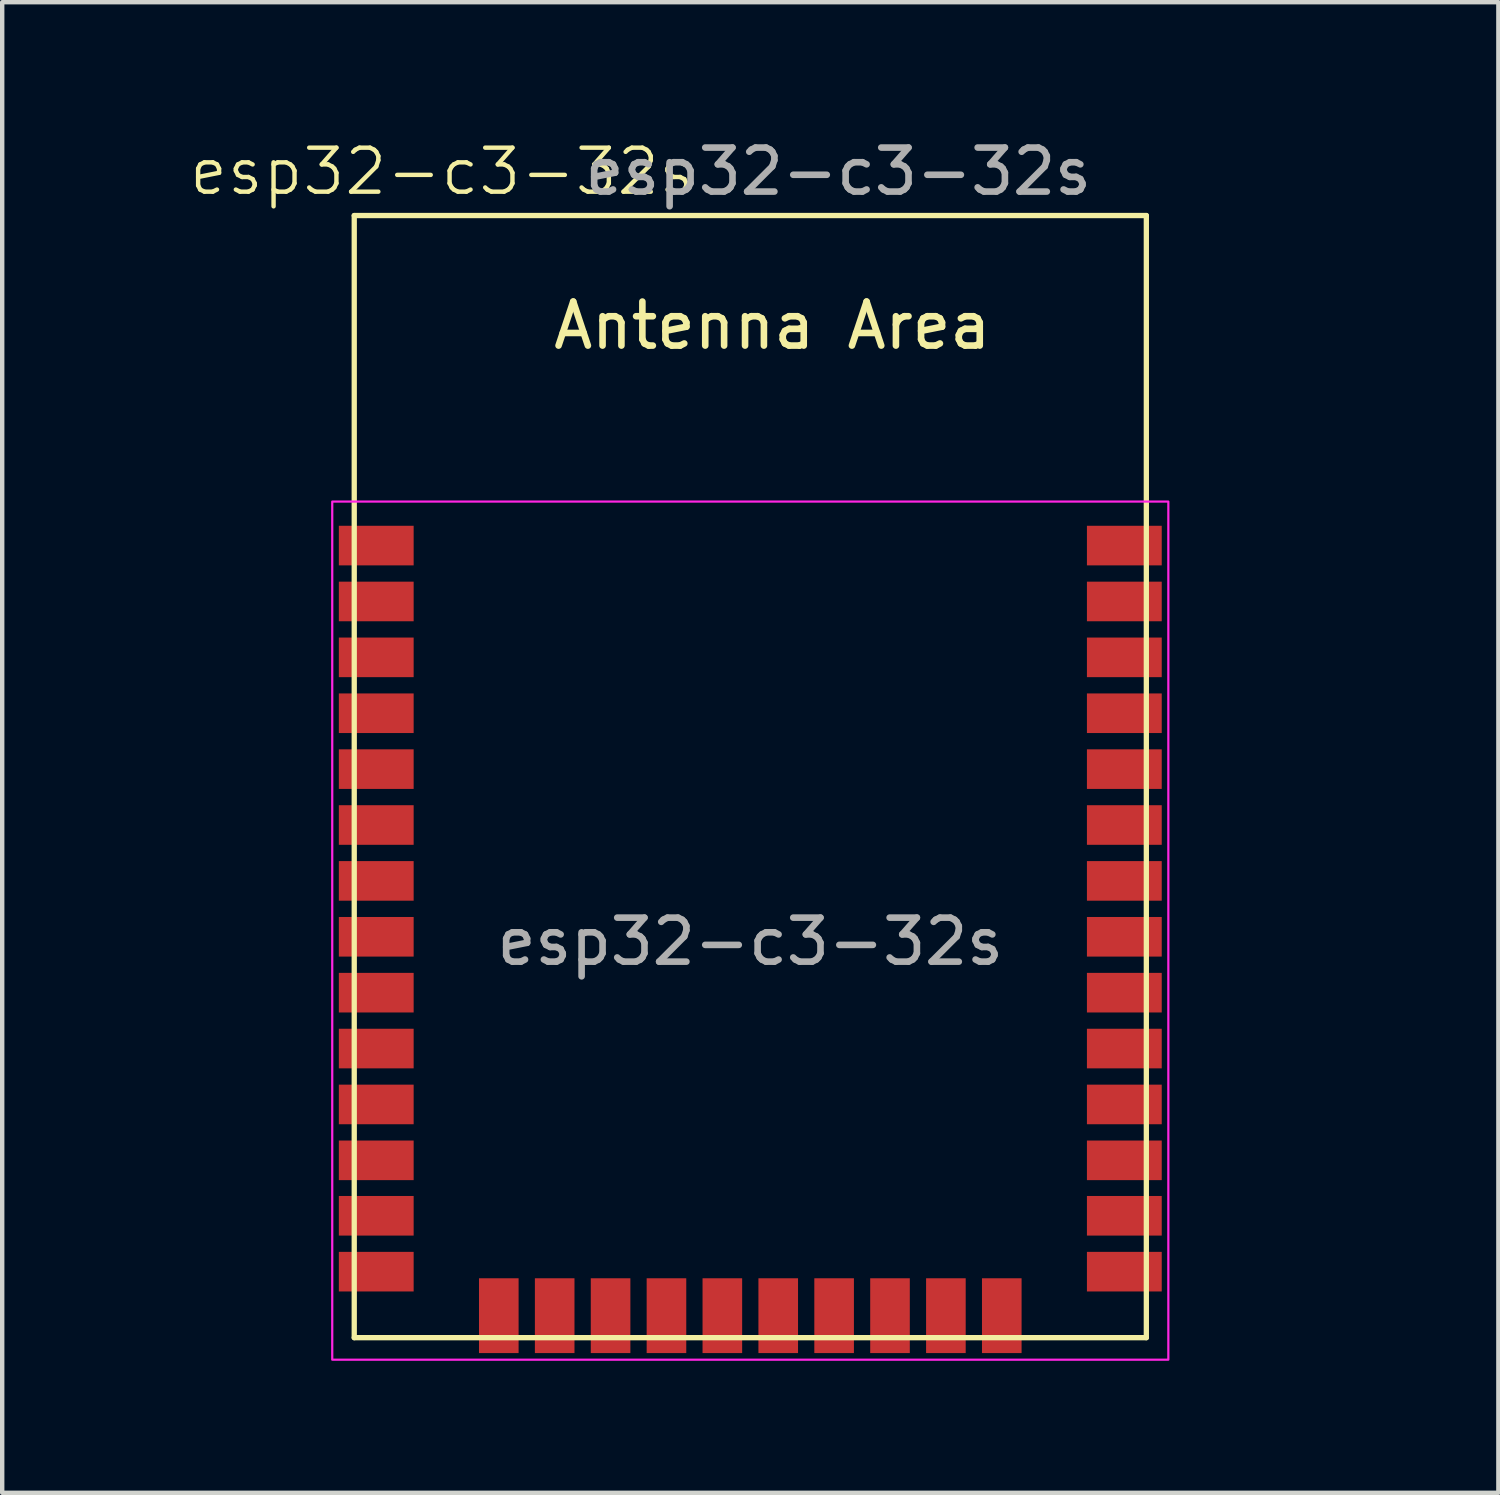
<source format=kicad_pcb>
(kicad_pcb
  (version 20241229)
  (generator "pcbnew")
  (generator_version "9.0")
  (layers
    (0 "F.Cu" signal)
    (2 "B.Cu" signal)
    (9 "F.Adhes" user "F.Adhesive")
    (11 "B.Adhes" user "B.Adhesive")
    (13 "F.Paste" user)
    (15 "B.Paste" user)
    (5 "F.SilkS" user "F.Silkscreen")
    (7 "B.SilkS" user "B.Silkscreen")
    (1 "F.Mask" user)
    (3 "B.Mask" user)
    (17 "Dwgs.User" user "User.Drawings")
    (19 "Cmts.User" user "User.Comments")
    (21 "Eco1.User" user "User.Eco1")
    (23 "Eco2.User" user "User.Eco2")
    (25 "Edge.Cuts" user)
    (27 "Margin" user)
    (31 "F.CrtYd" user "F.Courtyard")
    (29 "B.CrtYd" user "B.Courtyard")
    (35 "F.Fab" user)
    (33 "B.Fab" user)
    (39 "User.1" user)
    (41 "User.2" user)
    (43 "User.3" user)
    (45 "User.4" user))
  (footprint "esp32-c3-32s"
    (layer "F.Cu")
    (at 5 1.848)
    (property "Reference" "esp32-c3-32s" (at 2 -1 0) (unlocked yes) (layer "F.SilkS") (effects (font (size 1 1) (thickness 0.1))))
    (fp_line (start 0 0) (end 0 25.5) (stroke (width 0.12) (type solid)) (layer "F.SilkS"))
    (fp_line (start 18 0) (end 0 0) (stroke (width 0.12) (type solid)) (layer "F.SilkS"))
    (fp_line (start 18 0) (end 18 25.5) (stroke (width 0.12) (type solid)) (layer "F.SilkS"))
    (fp_line (start 18 25.5) (end 0 25.5) (stroke (width 0.12) (type solid)) (layer "F.SilkS"))
    (fp_poly (pts (xy 18.5 26) (xy -0.5 26) (xy -0.5 6.5) (xy 18.5 6.5)) (stroke (width 0.05) (type solid)) (fill no) (layer "F.CrtYd"))
    (fp_text user "Antenna Area" (at 9.5 2.5 0) (layer "F.SilkS") (effects (font (size 1 1) (thickness 0.15))))
    (fp_text user "${REFERENCE}" (at 11 -1 0) (unlocked yes) (layer "F.Fab") (effects (font (size 1 1) (thickness 0.15))))
    (fp_text user "${REFERENCE}" (at 9 16.5 0) (layer "F.Fab") (effects (font (size 1 1) (thickness 0.15))))
    (pad "1" smd rect (at 0.5 7.5) (size 1.7 0.9) (layers "F.Cu" "F.Mask" "F.Paste"))
    (pad "2" smd rect (at 0.5 8.77) (size 1.7 0.9) (layers "F.Cu" "F.Mask" "F.Paste"))
    (pad "3" smd rect (at 0.5 10.04) (size 1.7 0.9) (layers "F.Cu" "F.Mask" "F.Paste"))
    (pad "4" smd rect (at 0.5 11.31) (size 1.7 0.9) (layers "F.Cu" "F.Mask" "F.Paste"))
    (pad "5" smd rect (at 0.5 12.58) (size 1.7 0.9) (layers "F.Cu" "F.Mask" "F.Paste"))
    (pad "6" smd rect (at 0.5 13.85) (size 1.7 0.9) (layers "F.Cu" "F.Mask" "F.Paste"))
    (pad "7" smd rect (at 0.5 15.12) (size 1.7 0.9) (layers "F.Cu" "F.Mask" "F.Paste"))
    (pad "8" smd rect (at 0.5 16.39) (size 1.7 0.9) (layers "F.Cu" "F.Mask" "F.Paste"))
    (pad "9" smd rect (at 0.5 17.66) (size 1.7 0.9) (layers "F.Cu" "F.Mask" "F.Paste"))
    (pad "10" smd rect (at 0.5 18.93) (size 1.7 0.9) (layers "F.Cu" "F.Mask" "F.Paste"))
    (pad "11" smd rect (at 0.5 20.2) (size 1.7 0.9) (layers "F.Cu" "F.Mask" "F.Paste"))
    (pad "12" smd rect (at 0.5 21.47) (size 1.7 0.9) (layers "F.Cu" "F.Mask" "F.Paste"))
    (pad "13" smd rect (at 0.5 22.73) (size 1.7 0.9) (layers "F.Cu" "F.Mask" "F.Paste"))
    (pad "14" smd rect (at 0.5 24) (size 1.7 0.9) (layers "F.Cu" "F.Mask" "F.Paste"))
    (pad "15" smd rect (at 3.285 25 90) (size 1.7 0.9) (layers "F.Cu" "F.Mask" "F.Paste"))
    (pad "16" smd rect (at 4.555 25 90) (size 1.7 0.9) (layers "F.Cu" "F.Mask" "F.Paste"))
    (pad "17" smd rect (at 5.825 25 90) (size 1.7 0.9) (layers "F.Cu" "F.Mask" "F.Paste"))
    (pad "18" smd rect (at 7.095 25 90) (size 1.7 0.9) (layers "F.Cu" "F.Mask" "F.Paste"))
    (pad "19" smd rect (at 8.365 25 90) (size 1.7 0.9) (layers "F.Cu" "F.Mask" "F.Paste"))
    (pad "20" smd rect (at 9.635 25 90) (size 1.7 0.9) (layers "F.Cu" "F.Mask" "F.Paste"))
    (pad "21" smd rect (at 10.905 25 90) (size 1.7 0.9) (layers "F.Cu" "F.Mask" "F.Paste"))
    (pad "22" smd rect (at 12.175 25 90) (size 1.7 0.9) (layers "F.Cu" "F.Mask" "F.Paste"))
    (pad "23" smd rect (at 13.445 25 90) (size 1.7 0.9) (layers "F.Cu" "F.Mask" "F.Paste"))
    (pad "24" smd rect (at 14.715 25 90) (size 1.7 0.9) (layers "F.Cu" "F.Mask" "F.Paste"))
    (pad "25" smd rect (at 17.5 24) (size 1.7 0.9) (layers "F.Cu" "F.Mask" "F.Paste"))
    (pad "26" smd rect (at 17.5 22.73) (size 1.7 0.9) (layers "F.Cu" "F.Mask" "F.Paste"))
    (pad "27" smd rect (at 17.5 21.47) (size 1.7 0.9) (layers "F.Cu" "F.Mask" "F.Paste"))
    (pad "28" smd rect (at 17.5 20.2) (size 1.7 0.9) (layers "F.Cu" "F.Mask" "F.Paste"))
    (pad "29" smd rect (at 17.5 18.93) (size 1.7 0.9) (layers "F.Cu" "F.Mask" "F.Paste"))
    (pad "30" smd rect (at 17.5 17.66) (size 1.7 0.9) (layers "F.Cu" "F.Mask" "F.Paste"))
    (pad "31" smd rect (at 17.5 16.39) (size 1.7 0.9) (layers "F.Cu" "F.Mask" "F.Paste"))
    (pad "32" smd rect (at 17.5 15.12) (size 1.7 0.9) (layers "F.Cu" "F.Mask" "F.Paste"))
    (pad "33" smd rect (at 17.5 13.85) (size 1.7 0.9) (layers "F.Cu" "F.Mask" "F.Paste"))
    (pad "34" smd rect (at 17.5 12.58) (size 1.7 0.9) (layers "F.Cu" "F.Mask" "F.Paste"))
    (pad "35" smd rect (at 17.5 11.31) (size 1.7 0.9) (layers "F.Cu" "F.Mask" "F.Paste"))
    (pad "36" smd rect (at 17.5 10.04) (size 1.7 0.9) (layers "F.Cu" "F.Mask" "F.Paste"))
    (pad "37" smd rect (at 17.5 8.77) (size 1.7 0.9) (layers "F.Cu" "F.Mask" "F.Paste"))
    (pad "38" smd rect (at 17.5 7.5) (size 1.7 0.9) (layers "F.Cu" "F.Mask" "F.Paste"))
    (zone (net_name "") (layers "F.Cu" "B.Cu") (name "antenna keepout") (hatch edge 0.508) (connect_pads) (min_thickness 0.254) (filled_areas_thickness no) (keepout (tracks not_allowed) (vias not_allowed) (pads not_allowed) (copperpour not_allowed) (footprints not_allowed)) (placement (enabled no)) (fill) (polygon (pts (xy 28 7.848) (xy 0 7.848) (xy 0 1.848) (xy 28 1.848)))))
  (gr_rect
    (start -3 -3)
    (end 31 30.873)
    (stroke (width 0.1) (type default))
    (fill no)
    (layer "Edge.Cuts")))
</source>
